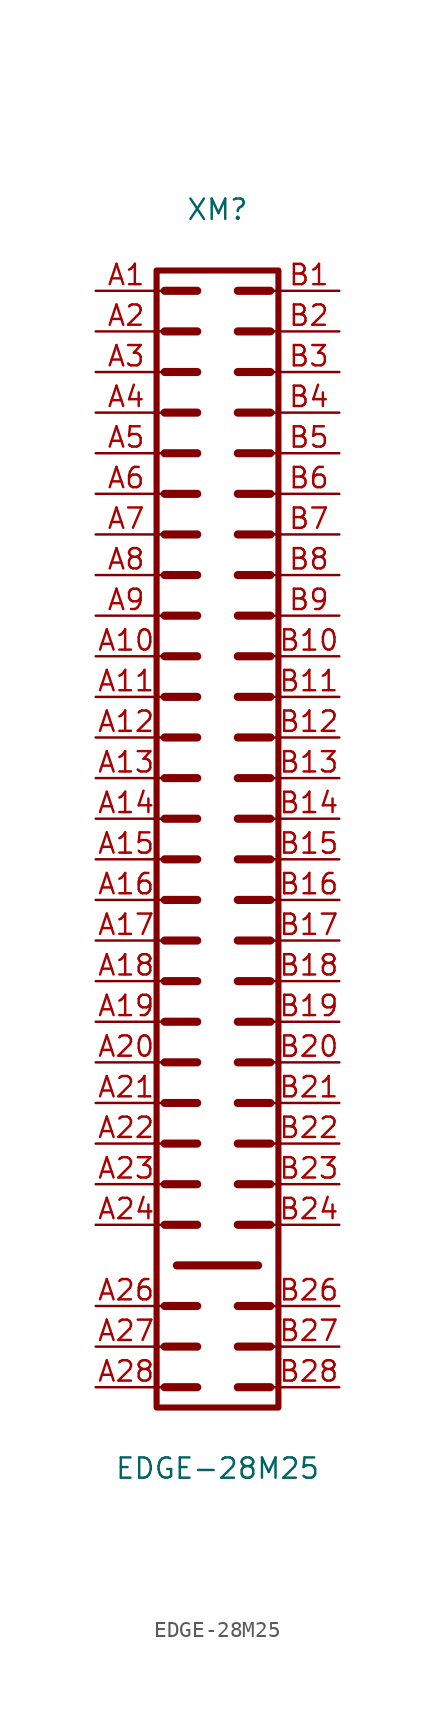
<source format=kicad_sym>
(kicad_symbol_lib
  (version 20231120)
  (generator "kicad_symbol_editor")
  (generator_version "8.0")
  (symbol "EDGE-28M25"
    (pin_names
      (offset 1.016))
    (property "Reference" "XM"
      (at 0 39.37 0)
      (effects (font (size 1.27 1.27))))
    (property "Value" "EDGE-28M25"
      (at 0 -39.37 0)
      (effects (font (size 1.27 1.27))))
    (symbol "EDGE-28M25_0_0"
      (polyline (pts (xy -2.54 -26.67) (xy 2.54 -26.67)) (stroke (width 0.508) (type default)) (fill (type none))))
    (symbol "EDGE-28M25_0_1"
      (rectangle (start -3.81 35.56) (end 3.81 -35.56) (stroke (width 0.381) (type default)) (fill (type none)))
      (polyline (pts (xy -3.81 -34.29) (xy -3.302 -34.29)) (stroke (width 0) (type default)) (fill (type none)))
      (polyline (pts (xy -3.81 -31.75) (xy -3.302 -31.75)) (stroke (width 0) (type default)) (fill (type none)))
      (polyline (pts (xy -3.81 -29.21) (xy -3.302 -29.21)) (stroke (width 0) (type default)) (fill (type none)))
      (polyline (pts (xy -3.81 -24.13) (xy -3.302 -24.13)) (stroke (width 0) (type default)) (fill (type none)))
      (polyline (pts (xy -3.81 -21.59) (xy -3.302 -21.59)) (stroke (width 0) (type default)) (fill (type none)))
      (polyline (pts (xy -3.81 -19.05) (xy -3.302 -19.05)) (stroke (width 0) (type default)) (fill (type none)))
      (polyline (pts (xy -3.81 -16.51) (xy -3.302 -16.51)) (stroke (width 0) (type default)) (fill (type none)))
      (polyline (pts (xy -3.81 -13.97) (xy -3.302 -13.97)) (stroke (width 0) (type default)) (fill (type none)))
      (polyline (pts (xy -3.81 -11.43) (xy -3.302 -11.43)) (stroke (width 0) (type default)) (fill (type none)))
      (polyline (pts (xy -3.81 -8.89) (xy -3.302 -8.89)) (stroke (width 0) (type default)) (fill (type none)))
      (polyline (pts (xy -3.81 -6.35) (xy -3.302 -6.35)) (stroke (width 0) (type default)) (fill (type none)))
      (polyline (pts (xy -3.81 -3.81) (xy -3.302 -3.81)) (stroke (width 0) (type default)) (fill (type none)))
      (polyline (pts (xy -3.81 -1.27) (xy -3.302 -1.27)) (stroke (width 0) (type default)) (fill (type none)))
      (polyline (pts (xy -3.81 1.27) (xy -3.302 1.27)) (stroke (width 0) (type default)) (fill (type none)))
      (polyline (pts (xy -3.81 3.81) (xy -3.302 3.81)) (stroke (width 0) (type default)) (fill (type none)))
      (polyline (pts (xy -3.81 6.35) (xy -3.302 6.35)) (stroke (width 0) (type default)) (fill (type none)))
      (polyline (pts (xy -3.81 8.89) (xy -3.302 8.89)) (stroke (width 0) (type default)) (fill (type none)))
      (polyline (pts (xy -3.81 11.43) (xy -3.302 11.43)) (stroke (width 0) (type default)) (fill (type none)))
      (polyline (pts (xy -3.81 13.97) (xy -3.302 13.97)) (stroke (width 0) (type default)) (fill (type none)))
      (polyline (pts (xy -3.81 16.51) (xy -3.302 16.51)) (stroke (width 0) (type default)) (fill (type none)))
      (polyline (pts (xy -3.81 19.05) (xy -3.302 19.05)) (stroke (width 0) (type default)) (fill (type none)))
      (polyline (pts (xy -3.81 21.59) (xy -3.302 21.59)) (stroke (width 0) (type default)) (fill (type none)))
      (polyline (pts (xy -3.81 24.13) (xy -3.302 24.13)) (stroke (width 0) (type default)) (fill (type none)))
      (polyline (pts (xy -3.81 26.67) (xy -3.302 26.67)) (stroke (width 0) (type default)) (fill (type none)))
      (polyline (pts (xy -3.81 29.21) (xy -3.302 29.21)) (stroke (width 0) (type default)) (fill (type none)))
      (polyline (pts (xy -3.81 31.75) (xy -3.302 31.75)) (stroke (width 0) (type default)) (fill (type none)))
      (polyline (pts (xy -3.81 34.29) (xy -3.302 34.29)) (stroke (width 0) (type default)) (fill (type none)))
      (polyline (pts (xy -3.302 -34.29) (xy -1.27 -34.29)) (stroke (width 0.508) (type default)) (fill (type none)))
      (polyline (pts (xy -3.302 -31.75) (xy -1.27 -31.75)) (stroke (width 0.508) (type default)) (fill (type none)))
      (polyline (pts (xy -3.302 -29.21) (xy -1.27 -29.21)) (stroke (width 0.508) (type default)) (fill (type none)))
      (polyline (pts (xy -3.302 -24.13) (xy -1.27 -24.13)) (stroke (width 0.508) (type default)) (fill (type none)))
      (polyline (pts (xy -3.302 -21.59) (xy -1.27 -21.59)) (stroke (width 0.508) (type default)) (fill (type none)))
      (polyline (pts (xy -3.302 -19.05) (xy -1.27 -19.05)) (stroke (width 0.508) (type default)) (fill (type none)))
      (polyline (pts (xy -3.302 -16.51) (xy -1.27 -16.51)) (stroke (width 0.508) (type default)) (fill (type none)))
      (polyline (pts (xy -3.302 -13.97) (xy -1.27 -13.97)) (stroke (width 0.508) (type default)) (fill (type none)))
      (polyline (pts (xy -3.302 -11.43) (xy -1.27 -11.43)) (stroke (width 0.508) (type default)) (fill (type none)))
      (polyline (pts (xy -3.302 -8.89) (xy -1.27 -8.89)) (stroke (width 0.508) (type default)) (fill (type none)))
      (polyline (pts (xy -3.302 -6.35) (xy -1.27 -6.35)) (stroke (width 0.508) (type default)) (fill (type none)))
      (polyline (pts (xy -3.302 -3.81) (xy -1.27 -3.81)) (stroke (width 0.508) (type default)) (fill (type none)))
      (polyline (pts (xy -3.302 -1.27) (xy -1.27 -1.27)) (stroke (width 0.508) (type default)) (fill (type none)))
      (polyline (pts (xy -3.302 1.27) (xy -1.27 1.27)) (stroke (width 0.508) (type default)) (fill (type none)))
      (polyline (pts (xy -3.302 3.81) (xy -1.27 3.81)) (stroke (width 0.508) (type default)) (fill (type none)))
      (polyline (pts (xy -3.302 6.35) (xy -1.27 6.35)) (stroke (width 0.508) (type default)) (fill (type none)))
      (polyline (pts (xy -3.302 8.89) (xy -1.27 8.89)) (stroke (width 0.508) (type default)) (fill (type none)))
      (polyline (pts (xy -3.302 11.43) (xy -1.27 11.43)) (stroke (width 0.508) (type default)) (fill (type none)))
      (polyline (pts (xy -3.302 13.97) (xy -1.27 13.97)) (stroke (width 0.508) (type default)) (fill (type none)))
      (polyline (pts (xy -3.302 16.51) (xy -1.27 16.51)) (stroke (width 0.508) (type default)) (fill (type none)))
      (polyline (pts (xy -3.302 19.05) (xy -1.27 19.05)) (stroke (width 0.508) (type default)) (fill (type none)))
      (polyline (pts (xy -3.302 21.59) (xy -1.27 21.59)) (stroke (width 0.508) (type default)) (fill (type none)))
      (polyline (pts (xy -3.302 24.13) (xy -1.27 24.13)) (stroke (width 0.508) (type default)) (fill (type none)))
      (polyline (pts (xy -3.302 26.67) (xy -1.27 26.67)) (stroke (width 0.508) (type default)) (fill (type none)))
      (polyline (pts (xy -3.302 29.21) (xy -1.27 29.21)) (stroke (width 0.508) (type default)) (fill (type none)))
      (polyline (pts (xy -3.302 31.75) (xy -1.27 31.75)) (stroke (width 0.508) (type default)) (fill (type none)))
      (polyline (pts (xy -3.302 34.29) (xy -1.27 34.29)) (stroke (width 0.508) (type default)) (fill (type none)))
      (polyline (pts (xy 3.302 -34.29) (xy 1.27 -34.29)) (stroke (width 0.508) (type default)) (fill (type none)))
      (polyline (pts (xy 3.302 -31.75) (xy 1.27 -31.75)) (stroke (width 0.508) (type default)) (fill (type none)))
      (polyline (pts (xy 3.302 -29.21) (xy 1.27 -29.21)) (stroke (width 0.508) (type default)) (fill (type none)))
      (polyline (pts (xy 3.302 -24.13) (xy 1.27 -24.13)) (stroke (width 0.508) (type default)) (fill (type none)))
      (polyline (pts (xy 3.302 -21.59) (xy 1.27 -21.59)) (stroke (width 0.508) (type default)) (fill (type none)))
      (polyline (pts (xy 3.302 -19.05) (xy 1.27 -19.05)) (stroke (width 0.508) (type default)) (fill (type none)))
      (polyline (pts (xy 3.302 -16.51) (xy 1.27 -16.51)) (stroke (width 0.508) (type default)) (fill (type none)))
      (polyline (pts (xy 3.302 -13.97) (xy 1.27 -13.97)) (stroke (width 0.508) (type default)) (fill (type none)))
      (polyline (pts (xy 3.302 -11.43) (xy 1.27 -11.43)) (stroke (width 0.508) (type default)) (fill (type none)))
      (polyline (pts (xy 3.302 -8.89) (xy 1.27 -8.89)) (stroke (width 0.508) (type default)) (fill (type none)))
      (polyline (pts (xy 3.302 -6.35) (xy 1.27 -6.35)) (stroke (width 0.508) (type default)) (fill (type none)))
      (polyline (pts (xy 3.302 -3.81) (xy 1.27 -3.81)) (stroke (width 0.508) (type default)) (fill (type none)))
      (polyline (pts (xy 3.302 -1.27) (xy 1.27 -1.27)) (stroke (width 0.508) (type default)) (fill (type none)))
      (polyline (pts (xy 3.302 1.27) (xy 1.27 1.27)) (stroke (width 0.508) (type default)) (fill (type none)))
      (polyline (pts (xy 3.302 3.81) (xy 1.27 3.81)) (stroke (width 0.508) (type default)) (fill (type none)))
      (polyline (pts (xy 3.302 6.35) (xy 1.27 6.35)) (stroke (width 0.508) (type default)) (fill (type none)))
      (polyline (pts (xy 3.302 8.89) (xy 1.27 8.89)) (stroke (width 0.508) (type default)) (fill (type none)))
      (polyline (pts (xy 3.302 11.43) (xy 1.27 11.43)) (stroke (width 0.508) (type default)) (fill (type none)))
      (polyline (pts (xy 3.302 13.97) (xy 1.27 13.97)) (stroke (width 0.508) (type default)) (fill (type none)))
      (polyline (pts (xy 3.302 16.51) (xy 1.27 16.51)) (stroke (width 0.508) (type default)) (fill (type none)))
      (polyline (pts (xy 3.302 19.05) (xy 1.27 19.05)) (stroke (width 0.508) (type default)) (fill (type none)))
      (polyline (pts (xy 3.302 21.59) (xy 1.27 21.59)) (stroke (width 0.508) (type default)) (fill (type none)))
      (polyline (pts (xy 3.302 24.13) (xy 1.27 24.13)) (stroke (width 0.508) (type default)) (fill (type none)))
      (polyline (pts (xy 3.302 26.67) (xy 1.27 26.67)) (stroke (width 0.508) (type default)) (fill (type none)))
      (polyline (pts (xy 3.302 29.21) (xy 1.27 29.21)) (stroke (width 0.508) (type default)) (fill (type none)))
      (polyline (pts (xy 3.302 31.75) (xy 1.27 31.75)) (stroke (width 0.508) (type default)) (fill (type none)))
      (polyline (pts (xy 3.302 34.29) (xy 1.27 34.29)) (stroke (width 0.508) (type default)) (fill (type none)))
      (polyline (pts (xy 3.81 -34.29) (xy 3.302 -34.29)) (stroke (width 0) (type default)) (fill (type none)))
      (polyline (pts (xy 3.81 -31.75) (xy 3.302 -31.75)) (stroke (width 0) (type default)) (fill (type none)))
      (polyline (pts (xy 3.81 -29.21) (xy 3.302 -29.21)) (stroke (width 0) (type default)) (fill (type none)))
      (polyline (pts (xy 3.81 -24.13) (xy 3.302 -24.13)) (stroke (width 0) (type default)) (fill (type none)))
      (polyline (pts (xy 3.81 -21.59) (xy 3.302 -21.59)) (stroke (width 0) (type default)) (fill (type none)))
      (polyline (pts (xy 3.81 -19.05) (xy 3.302 -19.05)) (stroke (width 0) (type default)) (fill (type none)))
      (polyline (pts (xy 3.81 -16.51) (xy 3.302 -16.51)) (stroke (width 0) (type default)) (fill (type none)))
      (polyline (pts (xy 3.81 -13.97) (xy 3.302 -13.97)) (stroke (width 0) (type default)) (fill (type none)))
      (polyline (pts (xy 3.81 -11.43) (xy 3.302 -11.43)) (stroke (width 0) (type default)) (fill (type none)))
      (polyline (pts (xy 3.81 -8.89) (xy 3.302 -8.89)) (stroke (width 0) (type default)) (fill (type none)))
      (polyline (pts (xy 3.81 -6.35) (xy 3.302 -6.35)) (stroke (width 0) (type default)) (fill (type none)))
      (polyline (pts (xy 3.81 -3.81) (xy 3.302 -3.81)) (stroke (width 0) (type default)) (fill (type none)))
      (polyline (pts (xy 3.81 -1.27) (xy 3.302 -1.27)) (stroke (width 0) (type default)) (fill (type none)))
      (polyline (pts (xy 3.81 1.27) (xy 3.302 1.27)) (stroke (width 0) (type default)) (fill (type none)))
      (polyline (pts (xy 3.81 3.81) (xy 3.302 3.81)) (stroke (width 0) (type default)) (fill (type none)))
      (polyline (pts (xy 3.81 6.35) (xy 3.302 6.35)) (stroke (width 0) (type default)) (fill (type none)))
      (polyline (pts (xy 3.81 8.89) (xy 3.302 8.89)) (stroke (width 0) (type default)) (fill (type none)))
      (polyline (pts (xy 3.81 11.43) (xy 3.302 11.43)) (stroke (width 0) (type default)) (fill (type none)))
      (polyline (pts (xy 3.81 13.97) (xy 3.302 13.97)) (stroke (width 0) (type default)) (fill (type none)))
      (polyline (pts (xy 3.81 16.51) (xy 3.302 16.51)) (stroke (width 0) (type default)) (fill (type none)))
      (polyline (pts (xy 3.81 19.05) (xy 3.302 19.05)) (stroke (width 0) (type default)) (fill (type none)))
      (polyline (pts (xy 3.81 21.59) (xy 3.302 21.59)) (stroke (width 0) (type default)) (fill (type none)))
      (polyline (pts (xy 3.81 24.13) (xy 3.302 24.13)) (stroke (width 0) (type default)) (fill (type none)))
      (polyline (pts (xy 3.81 26.67) (xy 3.302 26.67)) (stroke (width 0) (type default)) (fill (type none)))
      (polyline (pts (xy 3.81 29.21) (xy 3.302 29.21)) (stroke (width 0) (type default)) (fill (type none)))
      (polyline (pts (xy 3.81 31.75) (xy 3.302 31.75)) (stroke (width 0) (type default)) (fill (type none)))
      (polyline (pts (xy 3.81 34.29) (xy 3.302 34.29)) (stroke (width 0) (type default)) (fill (type none))))
    (symbol "EDGE-28M25_1_1"
      (pin passive line (at -7.62 34.29 0) (length 3.81) (name "~" (effects (font (size 1.27 1.27)))) (number "A1" (effects (font (size 1.27 1.27)))))
      (pin passive line (at -7.62 11.43 0) (length 3.81) (name "~" (effects (font (size 1.27 1.27)))) (number "A10" (effects (font (size 1.27 1.27)))))
      (pin passive line (at -7.62 8.89 0) (length 3.81) (name "~" (effects (font (size 1.27 1.27)))) (number "A11" (effects (font (size 1.27 1.27)))))
      (pin passive line (at -7.62 6.35 0) (length 3.81) (name "~" (effects (font (size 1.27 1.27)))) (number "A12" (effects (font (size 1.27 1.27)))))
      (pin passive line (at -7.62 3.81 0) (length 3.81) (name "~" (effects (font (size 1.27 1.27)))) (number "A13" (effects (font (size 1.27 1.27)))))
      (pin passive line (at -7.62 1.27 0) (length 3.81) (name "~" (effects (font (size 1.27 1.27)))) (number "A14" (effects (font (size 1.27 1.27)))))
      (pin passive line (at -7.62 -1.27 0) (length 3.81) (name "~" (effects (font (size 1.27 1.27)))) (number "A15" (effects (font (size 1.27 1.27)))))
      (pin passive line (at -7.62 -3.81 0) (length 3.81) (name "~" (effects (font (size 1.27 1.27)))) (number "A16" (effects (font (size 1.27 1.27)))))
      (pin passive line (at -7.62 -6.35 0) (length 3.81) (name "~" (effects (font (size 1.27 1.27)))) (number "A17" (effects (font (size 1.27 1.27)))))
      (pin passive line (at -7.62 -8.89 0) (length 3.81) (name "~" (effects (font (size 1.27 1.27)))) (number "A18" (effects (font (size 1.27 1.27)))))
      (pin passive line (at -7.62 -11.43 0) (length 3.81) (name "~" (effects (font (size 1.27 1.27)))) (number "A19" (effects (font (size 1.27 1.27)))))
      (pin passive line (at -7.62 31.75 0) (length 3.81) (name "~" (effects (font (size 1.27 1.27)))) (number "A2" (effects (font (size 1.27 1.27)))))
      (pin passive line (at -7.62 -13.97 0) (length 3.81) (name "~" (effects (font (size 1.27 1.27)))) (number "A20" (effects (font (size 1.27 1.27)))))
      (pin passive line (at -7.62 -16.51 0) (length 3.81) (name "~" (effects (font (size 1.27 1.27)))) (number "A21" (effects (font (size 1.27 1.27)))))
      (pin passive line (at -7.62 -19.05 0) (length 3.81) (name "~" (effects (font (size 1.27 1.27)))) (number "A22" (effects (font (size 1.27 1.27)))))
      (pin passive line (at -7.62 -21.59 0) (length 3.81) (name "~" (effects (font (size 1.27 1.27)))) (number "A23" (effects (font (size 1.27 1.27)))))
      (pin passive line (at -7.62 -24.13 0) (length 3.81) (name "~" (effects (font (size 1.27 1.27)))) (number "A24" (effects (font (size 1.27 1.27)))))
      (pin passive line (at -7.62 -29.21 0) (length 3.81) (name "~" (effects (font (size 1.27 1.27)))) (number "A26" (effects (font (size 1.27 1.27)))))
      (pin passive line (at -7.62 -31.75 0) (length 3.81) (name "~" (effects (font (size 1.27 1.27)))) (number "A27" (effects (font (size 1.27 1.27)))))
      (pin passive line (at -7.62 -34.29 0) (length 3.81) (name "~" (effects (font (size 1.27 1.27)))) (number "A28" (effects (font (size 1.27 1.27)))))
      (pin passive line (at -7.62 29.21 0) (length 3.81) (name "~" (effects (font (size 1.27 1.27)))) (number "A3" (effects (font (size 1.27 1.27)))))
      (pin passive line (at -7.62 26.67 0) (length 3.81) (name "~" (effects (font (size 1.27 1.27)))) (number "A4" (effects (font (size 1.27 1.27)))))
      (pin passive line (at -7.62 24.13 0) (length 3.81) (name "~" (effects (font (size 1.27 1.27)))) (number "A5" (effects (font (size 1.27 1.27)))))
      (pin passive line (at -7.62 21.59 0) (length 3.81) (name "~" (effects (font (size 1.27 1.27)))) (number "A6" (effects (font (size 1.27 1.27)))))
      (pin passive line (at -7.62 19.05 0) (length 3.81) (name "~" (effects (font (size 1.27 1.27)))) (number "A7" (effects (font (size 1.27 1.27)))))
      (pin passive line (at -7.62 16.51 0) (length 3.81) (name "~" (effects (font (size 1.27 1.27)))) (number "A8" (effects (font (size 1.27 1.27)))))
      (pin passive line (at -7.62 13.97 0) (length 3.81) (name "~" (effects (font (size 1.27 1.27)))) (number "A9" (effects (font (size 1.27 1.27)))))
      (pin passive line (at 7.62 34.29 180) (length 3.81) (name "~" (effects (font (size 1.27 1.27)))) (number "B1" (effects (font (size 1.27 1.27)))))
      (pin passive line (at 7.62 11.43 180) (length 3.81) (name "~" (effects (font (size 1.27 1.27)))) (number "B10" (effects (font (size 1.27 1.27)))))
      (pin passive line (at 7.62 8.89 180) (length 3.81) (name "~" (effects (font (size 1.27 1.27)))) (number "B11" (effects (font (size 1.27 1.27)))))
      (pin passive line (at 7.62 6.35 180) (length 3.81) (name "~" (effects (font (size 1.27 1.27)))) (number "B12" (effects (font (size 1.27 1.27)))))
      (pin passive line (at 7.62 3.81 180) (length 3.81) (name "~" (effects (font (size 1.27 1.27)))) (number "B13" (effects (font (size 1.27 1.27)))))
      (pin passive line (at 7.62 1.27 180) (length 3.81) (name "~" (effects (font (size 1.27 1.27)))) (number "B14" (effects (font (size 1.27 1.27)))))
      (pin passive line (at 7.62 -1.27 180) (length 3.81) (name "~" (effects (font (size 1.27 1.27)))) (number "B15" (effects (font (size 1.27 1.27)))))
      (pin passive line (at 7.62 -3.81 180) (length 3.81) (name "~" (effects (font (size 1.27 1.27)))) (number "B16" (effects (font (size 1.27 1.27)))))
      (pin passive line (at 7.62 -6.35 180) (length 3.81) (name "~" (effects (font (size 1.27 1.27)))) (number "B17" (effects (font (size 1.27 1.27)))))
      (pin passive line (at 7.62 -8.89 180) (length 3.81) (name "~" (effects (font (size 1.27 1.27)))) (number "B18" (effects (font (size 1.27 1.27)))))
      (pin passive line (at 7.62 -11.43 180) (length 3.81) (name "~" (effects (font (size 1.27 1.27)))) (number "B19" (effects (font (size 1.27 1.27)))))
      (pin passive line (at 7.62 31.75 180) (length 3.81) (name "~" (effects (font (size 1.27 1.27)))) (number "B2" (effects (font (size 1.27 1.27)))))
      (pin passive line (at 7.62 -13.97 180) (length 3.81) (name "~" (effects (font (size 1.27 1.27)))) (number "B20" (effects (font (size 1.27 1.27)))))
      (pin passive line (at 7.62 -16.51 180) (length 3.81) (name "~" (effects (font (size 1.27 1.27)))) (number "B21" (effects (font (size 1.27 1.27)))))
      (pin passive line (at 7.62 -19.05 180) (length 3.81) (name "~" (effects (font (size 1.27 1.27)))) (number "B22" (effects (font (size 1.27 1.27)))))
      (pin passive line (at 7.62 -21.59 180) (length 3.81) (name "~" (effects (font (size 1.27 1.27)))) (number "B23" (effects (font (size 1.27 1.27)))))
      (pin passive line (at 7.62 -24.13 180) (length 3.81) (name "~" (effects (font (size 1.27 1.27)))) (number "B24" (effects (font (size 1.27 1.27)))))
      (pin passive line (at 7.62 -29.21 180) (length 3.81) (name "~" (effects (font (size 1.27 1.27)))) (number "B26" (effects (font (size 1.27 1.27)))))
      (pin passive line (at 7.62 -31.75 180) (length 3.81) (name "~" (effects (font (size 1.27 1.27)))) (number "B27" (effects (font (size 1.27 1.27)))))
      (pin passive line (at 7.62 -34.29 180) (length 3.81) (name "~" (effects (font (size 1.27 1.27)))) (number "B28" (effects (font (size 1.27 1.27)))))
      (pin passive line (at 7.62 29.21 180) (length 3.81) (name "~" (effects (font (size 1.27 1.27)))) (number "B3" (effects (font (size 1.27 1.27)))))
      (pin passive line (at 7.62 26.67 180) (length 3.81) (name "~" (effects (font (size 1.27 1.27)))) (number "B4" (effects (font (size 1.27 1.27)))))
      (pin passive line (at 7.62 24.13 180) (length 3.81) (name "~" (effects (font (size 1.27 1.27)))) (number "B5" (effects (font (size 1.27 1.27)))))
      (pin passive line (at 7.62 21.59 180) (length 3.81) (name "~" (effects (font (size 1.27 1.27)))) (number "B6" (effects (font (size 1.27 1.27)))))
      (pin passive line (at 7.62 19.05 180) (length 3.81) (name "~" (effects (font (size 1.27 1.27)))) (number "B7" (effects (font (size 1.27 1.27)))))
      (pin passive line (at 7.62 16.51 180) (length 3.81) (name "~" (effects (font (size 1.27 1.27)))) (number "B8" (effects (font (size 1.27 1.27)))))
      (pin passive line (at 7.62 13.97 180) (length 3.81) (name "~" (effects (font (size 1.27 1.27)))) (number "B9" (effects (font (size 1.27 1.27))))))))
</source>
